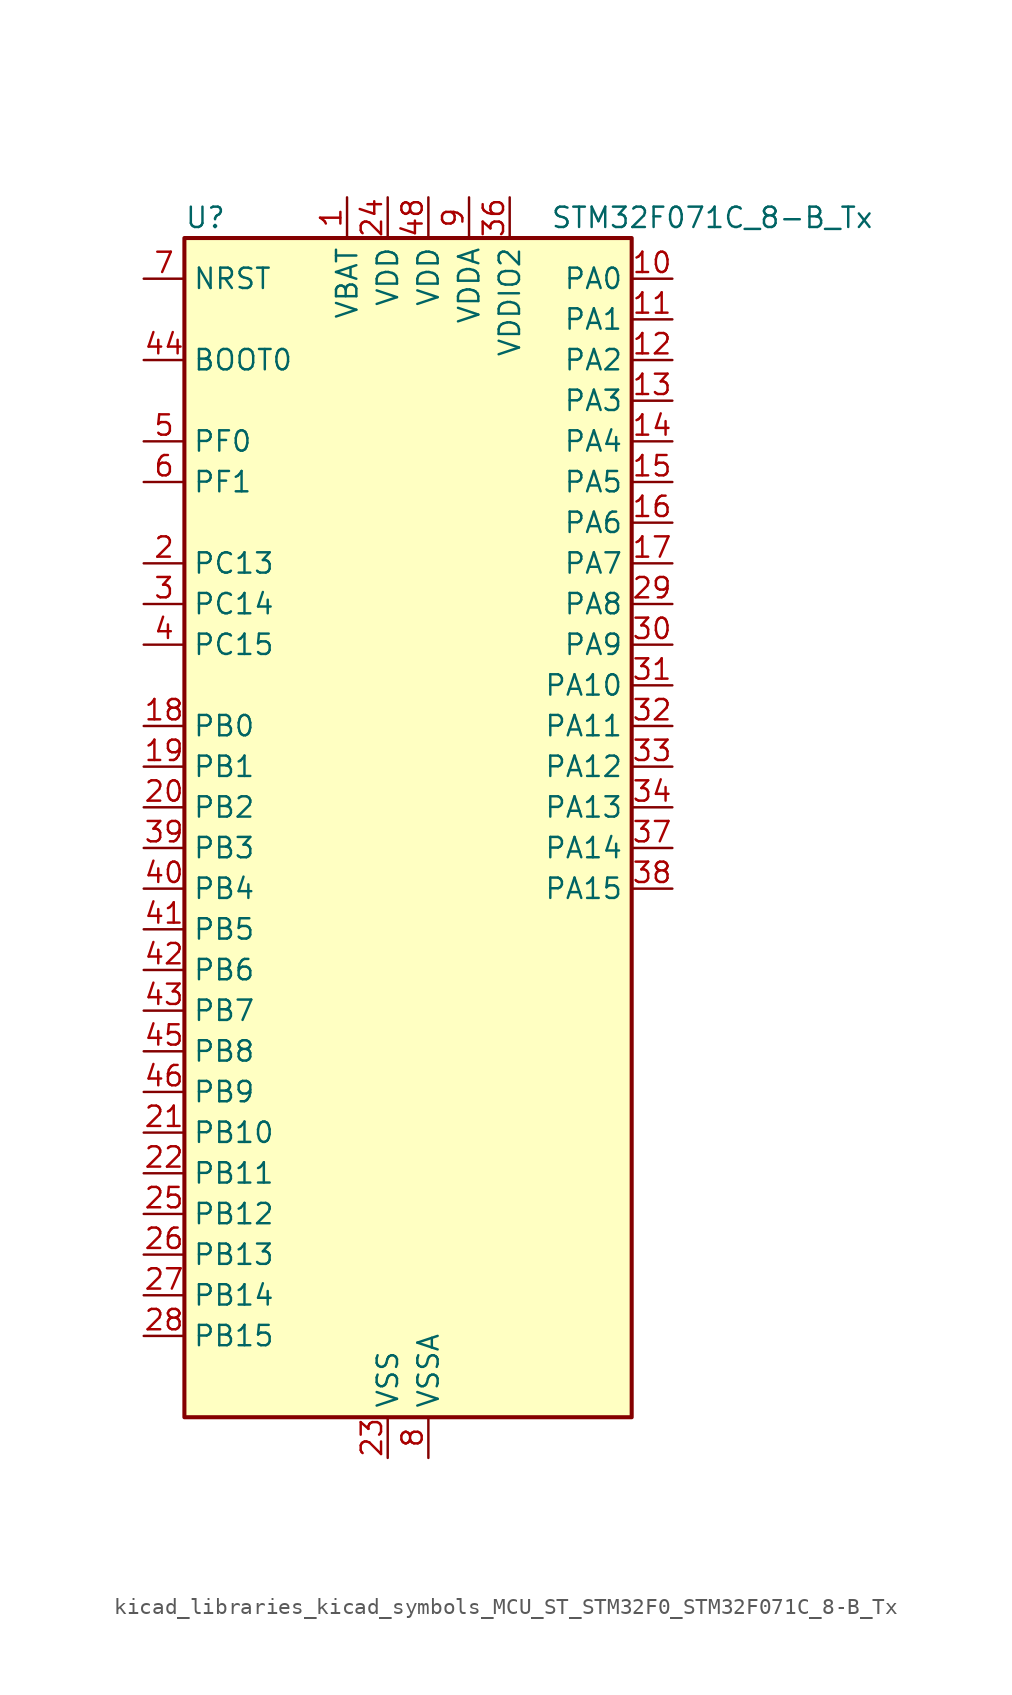
<source format=kicad_sym>
(kicad_symbol_lib
  (version 20220914)
  (generator kicad_symbol_editor)
  (symbol "kicad_libraries_kicad_symbols_MCU_ST_STM32F0_STM32F071C_8-B_Tx"
    (property "Reference" "U"
      (at -12.7 39.37 0)
      (effects (font (size 1.27 1.27)) (justify left)))
    (property "Value" "STM32F071C_8-B_Tx"
      (at 10.16 39.37 0)
      (effects (font (size 1.27 1.27)) (justify left)))
    (property "ki_locked" ""
      (at 0 0 0)
      (effects (font (size 1.27 1.27))))
    (symbol "kicad_libraries_kicad_symbols_MCU_ST_STM32F0_STM32F071C_8-B_Tx_0_1"
      (rectangle (start -12.7 -35.56) (end 15.24 38.1) (stroke (width 0.254) (type default)) (fill (type background))))
    (symbol "kicad_libraries_kicad_symbols_MCU_ST_STM32F0_STM32F071C_8-B_Tx_1_1"
      (pin power_in line (at -2.54 40.64 270) (length 2.54) (name "VBAT" (effects (font (size 1.27 1.27)))) (number "1" (effects (font (size 1.27 1.27)))))
      (pin bidirectional line (at 17.78 35.56 180) (length 2.54) (name "PA0" (effects (font (size 1.27 1.27)))) (number "10" (effects (font (size 1.27 1.27)))) (alternate "ADC_IN0" bidirectional line) (alternate "COMP1_INM" bidirectional line) (alternate "COMP1_OUT" bidirectional line) (alternate "RTC_TAMP2" bidirectional line) (alternate "SYS_WKUP1" bidirectional line) (alternate "TIM2_CH1" bidirectional line) (alternate "TIM2_ETR" bidirectional line) (alternate "TSC_G1_IO1" bidirectional line) (alternate "USART2_CTS" bidirectional line) (alternate "USART4_TX" bidirectional line))
      (pin bidirectional line (at 17.78 33.02 180) (length 2.54) (name "PA1" (effects (font (size 1.27 1.27)))) (number "11" (effects (font (size 1.27 1.27)))) (alternate "ADC_IN1" bidirectional line) (alternate "COMP1_INP" bidirectional line) (alternate "TIM15_CH1N" bidirectional line) (alternate "TIM2_CH2" bidirectional line) (alternate "TSC_G1_IO2" bidirectional line) (alternate "USART2_DE" bidirectional line) (alternate "USART2_RTS" bidirectional line) (alternate "USART4_RX" bidirectional line))
      (pin bidirectional line (at 17.78 30.48 180) (length 2.54) (name "PA2" (effects (font (size 1.27 1.27)))) (number "12" (effects (font (size 1.27 1.27)))) (alternate "ADC_IN2" bidirectional line) (alternate "COMP2_INM" bidirectional line) (alternate "COMP2_OUT" bidirectional line) (alternate "SYS_WKUP4" bidirectional line) (alternate "TIM15_CH1" bidirectional line) (alternate "TIM2_CH3" bidirectional line) (alternate "TSC_G1_IO3" bidirectional line) (alternate "USART2_TX" bidirectional line))
      (pin bidirectional line (at 17.78 27.94 180) (length 2.54) (name "PA3" (effects (font (size 1.27 1.27)))) (number "13" (effects (font (size 1.27 1.27)))) (alternate "ADC_IN3" bidirectional line) (alternate "COMP2_INP" bidirectional line) (alternate "TIM15_CH2" bidirectional line) (alternate "TIM2_CH4" bidirectional line) (alternate "TSC_G1_IO4" bidirectional line) (alternate "USART2_RX" bidirectional line))
      (pin bidirectional line (at 17.78 25.4 180) (length 2.54) (name "PA4" (effects (font (size 1.27 1.27)))) (number "14" (effects (font (size 1.27 1.27)))) (alternate "ADC_IN4" bidirectional line) (alternate "COMP1_INM" bidirectional line) (alternate "COMP2_INM" bidirectional line) (alternate "DAC_OUT1" bidirectional line) (alternate "I2S1_WS" bidirectional line) (alternate "SPI1_NSS" bidirectional line) (alternate "TIM14_CH1" bidirectional line) (alternate "TSC_G2_IO1" bidirectional line) (alternate "USART2_CK" bidirectional line))
      (pin bidirectional line (at 17.78 22.86 180) (length 2.54) (name "PA5" (effects (font (size 1.27 1.27)))) (number "15" (effects (font (size 1.27 1.27)))) (alternate "ADC_IN5" bidirectional line) (alternate "CEC" bidirectional line) (alternate "COMP1_INM" bidirectional line) (alternate "COMP2_INM" bidirectional line) (alternate "DAC_OUT2" bidirectional line) (alternate "I2S1_CK" bidirectional line) (alternate "SPI1_SCK" bidirectional line) (alternate "TIM2_CH1" bidirectional line) (alternate "TIM2_ETR" bidirectional line) (alternate "TSC_G2_IO2" bidirectional line))
      (pin bidirectional line (at 17.78 20.32 180) (length 2.54) (name "PA6" (effects (font (size 1.27 1.27)))) (number "16" (effects (font (size 1.27 1.27)))) (alternate "ADC_IN6" bidirectional line) (alternate "COMP1_OUT" bidirectional line) (alternate "I2S1_MCK" bidirectional line) (alternate "SPI1_MISO" bidirectional line) (alternate "TIM16_CH1" bidirectional line) (alternate "TIM1_BKIN" bidirectional line) (alternate "TIM3_CH1" bidirectional line) (alternate "TSC_G2_IO3" bidirectional line) (alternate "USART3_CTS" bidirectional line))
      (pin bidirectional line (at 17.78 17.78 180) (length 2.54) (name "PA7" (effects (font (size 1.27 1.27)))) (number "17" (effects (font (size 1.27 1.27)))) (alternate "ADC_IN7" bidirectional line) (alternate "COMP2_OUT" bidirectional line) (alternate "I2S1_SD" bidirectional line) (alternate "SPI1_MOSI" bidirectional line) (alternate "TIM14_CH1" bidirectional line) (alternate "TIM17_CH1" bidirectional line) (alternate "TIM1_CH1N" bidirectional line) (alternate "TIM3_CH2" bidirectional line) (alternate "TSC_G2_IO4" bidirectional line))
      (pin bidirectional line (at -15.24 7.62 0) (length 2.54) (name "PB0" (effects (font (size 1.27 1.27)))) (number "18" (effects (font (size 1.27 1.27)))) (alternate "ADC_IN8" bidirectional line) (alternate "TIM1_CH2N" bidirectional line) (alternate "TIM3_CH3" bidirectional line) (alternate "TSC_G3_IO2" bidirectional line) (alternate "USART3_CK" bidirectional line))
      (pin bidirectional line (at -15.24 5.08 0) (length 2.54) (name "PB1" (effects (font (size 1.27 1.27)))) (number "19" (effects (font (size 1.27 1.27)))) (alternate "ADC_IN9" bidirectional line) (alternate "TIM14_CH1" bidirectional line) (alternate "TIM1_CH3N" bidirectional line) (alternate "TIM3_CH4" bidirectional line) (alternate "TSC_G3_IO3" bidirectional line) (alternate "USART3_DE" bidirectional line) (alternate "USART3_RTS" bidirectional line))
      (pin bidirectional line (at -15.24 17.78 0) (length 2.54) (name "PC13" (effects (font (size 1.27 1.27)))) (number "2" (effects (font (size 1.27 1.27)))) (alternate "RTC_OUT_ALARM" bidirectional line) (alternate "RTC_OUT_CALIB" bidirectional line) (alternate "RTC_TAMP1" bidirectional line) (alternate "RTC_TS" bidirectional line) (alternate "SYS_WKUP2" bidirectional line))
      (pin bidirectional line (at -15.24 2.54 0) (length 2.54) (name "PB2" (effects (font (size 1.27 1.27)))) (number "20" (effects (font (size 1.27 1.27)))) (alternate "TSC_G3_IO4" bidirectional line))
      (pin bidirectional line (at -15.24 -17.78 0) (length 2.54) (name "PB10" (effects (font (size 1.27 1.27)))) (number "21" (effects (font (size 1.27 1.27)))) (alternate "CEC" bidirectional line) (alternate "I2C2_SCL" bidirectional line) (alternate "I2S2_CK" bidirectional line) (alternate "SPI2_SCK" bidirectional line) (alternate "TIM2_CH3" bidirectional line) (alternate "TSC_SYNC" bidirectional line) (alternate "USART3_TX" bidirectional line))
      (pin bidirectional line (at -15.24 -20.32 0) (length 2.54) (name "PB11" (effects (font (size 1.27 1.27)))) (number "22" (effects (font (size 1.27 1.27)))) (alternate "I2C2_SDA" bidirectional line) (alternate "TIM2_CH4" bidirectional line) (alternate "TSC_G6_IO1" bidirectional line) (alternate "USART3_RX" bidirectional line))
      (pin power_in line (at 0 -38.1 90) (length 2.54) (name "VSS" (effects (font (size 1.27 1.27)))) (number "23" (effects (font (size 1.27 1.27)))))
      (pin power_in line (at 0 40.64 270) (length 2.54) (name "VDD" (effects (font (size 1.27 1.27)))) (number "24" (effects (font (size 1.27 1.27)))))
      (pin bidirectional line (at -15.24 -22.86 0) (length 2.54) (name "PB12" (effects (font (size 1.27 1.27)))) (number "25" (effects (font (size 1.27 1.27)))) (alternate "I2S2_WS" bidirectional line) (alternate "SPI2_NSS" bidirectional line) (alternate "TIM15_BKIN" bidirectional line) (alternate "TIM1_BKIN" bidirectional line) (alternate "TSC_G6_IO2" bidirectional line) (alternate "USART3_CK" bidirectional line))
      (pin bidirectional line (at -15.24 -25.4 0) (length 2.54) (name "PB13" (effects (font (size 1.27 1.27)))) (number "26" (effects (font (size 1.27 1.27)))) (alternate "I2C2_SCL" bidirectional line) (alternate "I2S2_CK" bidirectional line) (alternate "SPI2_SCK" bidirectional line) (alternate "TIM1_CH1N" bidirectional line) (alternate "TSC_G6_IO3" bidirectional line) (alternate "USART3_CTS" bidirectional line))
      (pin bidirectional line (at -15.24 -27.94 0) (length 2.54) (name "PB14" (effects (font (size 1.27 1.27)))) (number "27" (effects (font (size 1.27 1.27)))) (alternate "I2C2_SDA" bidirectional line) (alternate "I2S2_MCK" bidirectional line) (alternate "SPI2_MISO" bidirectional line) (alternate "TIM15_CH1" bidirectional line) (alternate "TIM1_CH2N" bidirectional line) (alternate "TSC_G6_IO4" bidirectional line) (alternate "USART3_DE" bidirectional line) (alternate "USART3_RTS" bidirectional line))
      (pin bidirectional line (at -15.24 -30.48 0) (length 2.54) (name "PB15" (effects (font (size 1.27 1.27)))) (number "28" (effects (font (size 1.27 1.27)))) (alternate "I2S2_SD" bidirectional line) (alternate "RTC_REFIN" bidirectional line) (alternate "SPI2_MOSI" bidirectional line) (alternate "SYS_WKUP7" bidirectional line) (alternate "TIM15_CH1N" bidirectional line) (alternate "TIM15_CH2" bidirectional line) (alternate "TIM1_CH3N" bidirectional line))
      (pin bidirectional line (at 17.78 15.24 180) (length 2.54) (name "PA8" (effects (font (size 1.27 1.27)))) (number "29" (effects (font (size 1.27 1.27)))) (alternate "CRS_SYNC" bidirectional line) (alternate "RCC_MCO" bidirectional line) (alternate "TIM1_CH1" bidirectional line) (alternate "USART1_CK" bidirectional line))
      (pin bidirectional line (at -15.24 15.24 0) (length 2.54) (name "PC14" (effects (font (size 1.27 1.27)))) (number "3" (effects (font (size 1.27 1.27)))) (alternate "RCC_OSC32_IN" bidirectional line))
      (pin bidirectional line (at 17.78 12.7 180) (length 2.54) (name "PA9" (effects (font (size 1.27 1.27)))) (number "30" (effects (font (size 1.27 1.27)))) (alternate "DAC_EXTI9" bidirectional line) (alternate "TIM15_BKIN" bidirectional line) (alternate "TIM1_CH2" bidirectional line) (alternate "TSC_G4_IO1" bidirectional line) (alternate "USART1_TX" bidirectional line))
      (pin bidirectional line (at 17.78 10.16 180) (length 2.54) (name "PA10" (effects (font (size 1.27 1.27)))) (number "31" (effects (font (size 1.27 1.27)))) (alternate "TIM17_BKIN" bidirectional line) (alternate "TIM1_CH3" bidirectional line) (alternate "TSC_G4_IO2" bidirectional line) (alternate "USART1_RX" bidirectional line))
      (pin bidirectional line (at 17.78 7.62 180) (length 2.54) (name "PA11" (effects (font (size 1.27 1.27)))) (number "32" (effects (font (size 1.27 1.27)))) (alternate "COMP1_OUT" bidirectional line) (alternate "TIM1_CH4" bidirectional line) (alternate "TSC_G4_IO3" bidirectional line) (alternate "USART1_CTS" bidirectional line))
      (pin bidirectional line (at 17.78 5.08 180) (length 2.54) (name "PA12" (effects (font (size 1.27 1.27)))) (number "33" (effects (font (size 1.27 1.27)))) (alternate "COMP2_OUT" bidirectional line) (alternate "TIM1_ETR" bidirectional line) (alternate "TSC_G4_IO4" bidirectional line) (alternate "USART1_DE" bidirectional line) (alternate "USART1_RTS" bidirectional line))
      (pin bidirectional line (at 17.78 2.54 180) (length 2.54) (name "PA13" (effects (font (size 1.27 1.27)))) (number "34" (effects (font (size 1.27 1.27)))) (alternate "IR_OUT" bidirectional line) (alternate "SYS_SWDIO" bidirectional line))
      (pin passive line (at 0 -38.1 90) (length 2.54) hide (name "VSS" (effects (font (size 1.27 1.27)))) (number "35" (effects (font (size 1.27 1.27)))))
      (pin power_in line (at 7.62 40.64 270) (length 2.54) (name "VDDIO2" (effects (font (size 1.27 1.27)))) (number "36" (effects (font (size 1.27 1.27)))))
      (pin bidirectional line (at 17.78 0 180) (length 2.54) (name "PA14" (effects (font (size 1.27 1.27)))) (number "37" (effects (font (size 1.27 1.27)))) (alternate "SYS_SWCLK" bidirectional line) (alternate "USART2_TX" bidirectional line))
      (pin bidirectional line (at 17.78 -2.54 180) (length 2.54) (name "PA15" (effects (font (size 1.27 1.27)))) (number "38" (effects (font (size 1.27 1.27)))) (alternate "I2S1_WS" bidirectional line) (alternate "SPI1_NSS" bidirectional line) (alternate "TIM2_CH1" bidirectional line) (alternate "TIM2_ETR" bidirectional line) (alternate "USART2_RX" bidirectional line) (alternate "USART4_DE" bidirectional line) (alternate "USART4_RTS" bidirectional line))
      (pin bidirectional line (at -15.24 0 0) (length 2.54) (name "PB3" (effects (font (size 1.27 1.27)))) (number "39" (effects (font (size 1.27 1.27)))) (alternate "I2S1_CK" bidirectional line) (alternate "SPI1_SCK" bidirectional line) (alternate "TIM2_CH2" bidirectional line) (alternate "TSC_G5_IO1" bidirectional line))
      (pin bidirectional line (at -15.24 12.7 0) (length 2.54) (name "PC15" (effects (font (size 1.27 1.27)))) (number "4" (effects (font (size 1.27 1.27)))) (alternate "RCC_OSC32_OUT" bidirectional line))
      (pin bidirectional line (at -15.24 -2.54 0) (length 2.54) (name "PB4" (effects (font (size 1.27 1.27)))) (number "40" (effects (font (size 1.27 1.27)))) (alternate "I2S1_MCK" bidirectional line) (alternate "SPI1_MISO" bidirectional line) (alternate "TIM17_BKIN" bidirectional line) (alternate "TIM3_CH1" bidirectional line) (alternate "TSC_G5_IO2" bidirectional line))
      (pin bidirectional line (at -15.24 -5.08 0) (length 2.54) (name "PB5" (effects (font (size 1.27 1.27)))) (number "41" (effects (font (size 1.27 1.27)))) (alternate "I2C1_SMBA" bidirectional line) (alternate "I2S1_SD" bidirectional line) (alternate "SPI1_MOSI" bidirectional line) (alternate "SYS_WKUP6" bidirectional line) (alternate "TIM16_BKIN" bidirectional line) (alternate "TIM3_CH2" bidirectional line))
      (pin bidirectional line (at -15.24 -7.62 0) (length 2.54) (name "PB6" (effects (font (size 1.27 1.27)))) (number "42" (effects (font (size 1.27 1.27)))) (alternate "I2C1_SCL" bidirectional line) (alternate "TIM16_CH1N" bidirectional line) (alternate "TSC_G5_IO3" bidirectional line) (alternate "USART1_TX" bidirectional line))
      (pin bidirectional line (at -15.24 -10.16 0) (length 2.54) (name "PB7" (effects (font (size 1.27 1.27)))) (number "43" (effects (font (size 1.27 1.27)))) (alternate "I2C1_SDA" bidirectional line) (alternate "TIM17_CH1N" bidirectional line) (alternate "TSC_G5_IO4" bidirectional line) (alternate "USART1_RX" bidirectional line) (alternate "USART4_CTS" bidirectional line))
      (pin input line (at -15.24 30.48 0) (length 2.54) (name "BOOT0" (effects (font (size 1.27 1.27)))) (number "44" (effects (font (size 1.27 1.27)))))
      (pin bidirectional line (at -15.24 -12.7 0) (length 2.54) (name "PB8" (effects (font (size 1.27 1.27)))) (number "45" (effects (font (size 1.27 1.27)))) (alternate "CEC" bidirectional line) (alternate "I2C1_SCL" bidirectional line) (alternate "TIM16_CH1" bidirectional line) (alternate "TSC_SYNC" bidirectional line))
      (pin bidirectional line (at -15.24 -15.24 0) (length 2.54) (name "PB9" (effects (font (size 1.27 1.27)))) (number "46" (effects (font (size 1.27 1.27)))) (alternate "DAC_EXTI9" bidirectional line) (alternate "I2C1_SDA" bidirectional line) (alternate "I2S2_WS" bidirectional line) (alternate "IR_OUT" bidirectional line) (alternate "SPI2_NSS" bidirectional line) (alternate "TIM17_CH1" bidirectional line))
      (pin passive line (at 0 -38.1 90) (length 2.54) hide (name "VSS" (effects (font (size 1.27 1.27)))) (number "47" (effects (font (size 1.27 1.27)))))
      (pin power_in line (at 2.54 40.64 270) (length 2.54) (name "VDD" (effects (font (size 1.27 1.27)))) (number "48" (effects (font (size 1.27 1.27)))))
      (pin bidirectional line (at -15.24 25.4 0) (length 2.54) (name "PF0" (effects (font (size 1.27 1.27)))) (number "5" (effects (font (size 1.27 1.27)))) (alternate "CRS_SYNC" bidirectional line) (alternate "RCC_OSC_IN" bidirectional line))
      (pin bidirectional line (at -15.24 22.86 0) (length 2.54) (name "PF1" (effects (font (size 1.27 1.27)))) (number "6" (effects (font (size 1.27 1.27)))) (alternate "RCC_OSC_OUT" bidirectional line))
      (pin input line (at -15.24 35.56 0) (length 2.54) (name "NRST" (effects (font (size 1.27 1.27)))) (number "7" (effects (font (size 1.27 1.27)))))
      (pin power_in line (at 2.54 -38.1 90) (length 2.54) (name "VSSA" (effects (font (size 1.27 1.27)))) (number "8" (effects (font (size 1.27 1.27)))))
      (pin power_in line (at 5.08 40.64 270) (length 2.54) (name "VDDA" (effects (font (size 1.27 1.27)))) (number "9" (effects (font (size 1.27 1.27))))))))
</source>
